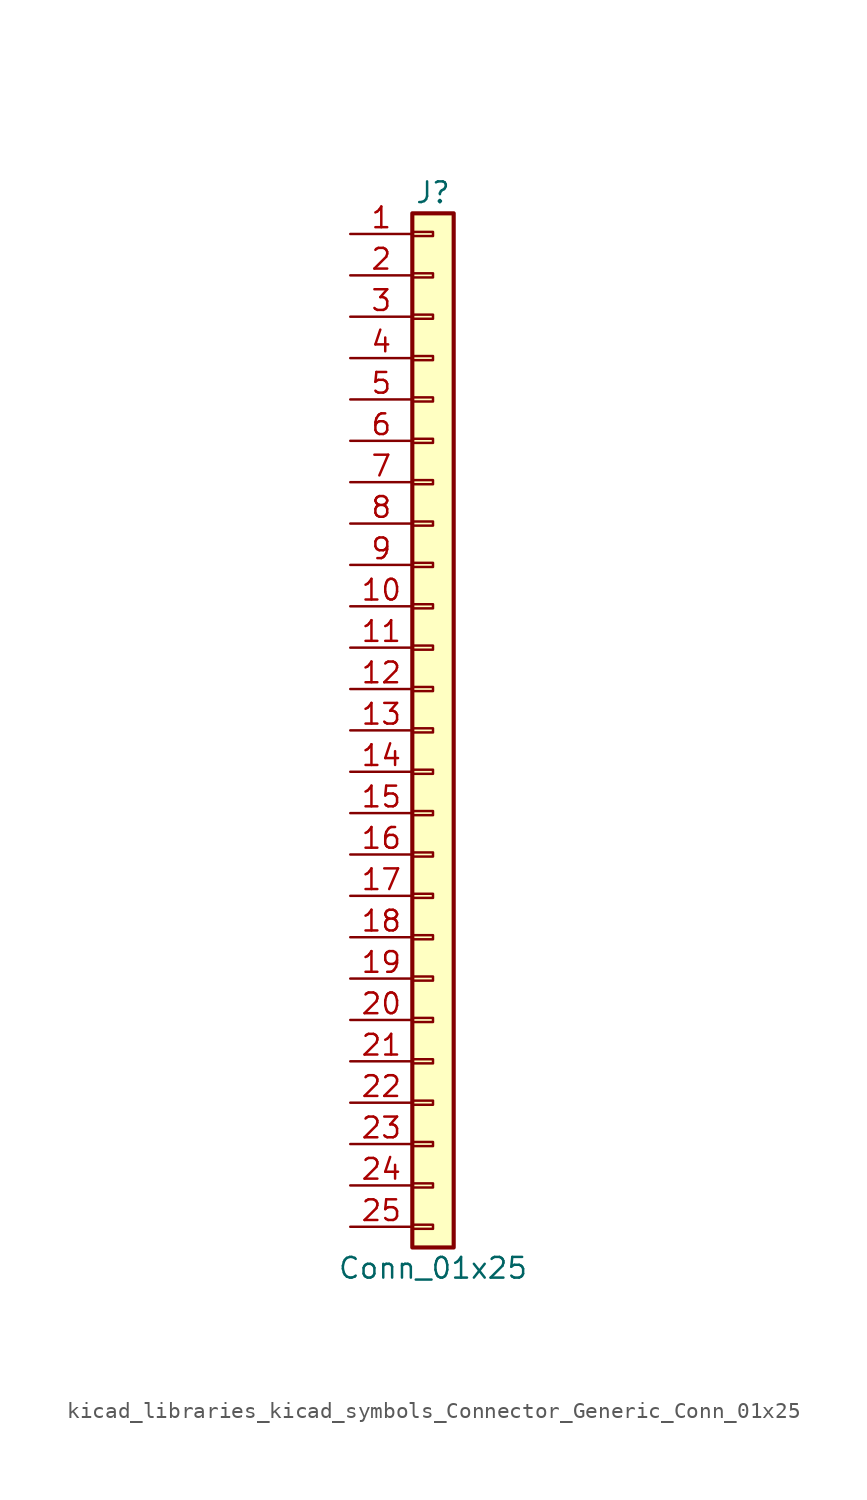
<source format=kicad_sym>
(kicad_symbol_lib
  (version 20220914)
  (generator kicad_symbol_editor)
  (symbol "kicad_libraries_kicad_symbols_Connector_Generic_Conn_01x25"
    (pin_names
      (offset 1.016) hide)
    (property "Reference" "J"
      (at 0 33.02 0)
      (effects (font (size 1.27 1.27))))
    (property "Value" "Conn_01x25"
      (at 0 -33.02 0)
      (effects (font (size 1.27 1.27))))
    (symbol "kicad_libraries_kicad_symbols_Connector_Generic_Conn_01x25_1_1"
      (rectangle (start -1.27 -30.353) (end 0 -30.607) (stroke (width 0.152) (type default)) (fill (type none)))
      (rectangle (start -1.27 -27.813) (end 0 -28.067) (stroke (width 0.152) (type default)) (fill (type none)))
      (rectangle (start -1.27 -25.273) (end 0 -25.527) (stroke (width 0.152) (type default)) (fill (type none)))
      (rectangle (start -1.27 -22.733) (end 0 -22.987) (stroke (width 0.152) (type default)) (fill (type none)))
      (rectangle (start -1.27 -20.193) (end 0 -20.447) (stroke (width 0.152) (type default)) (fill (type none)))
      (rectangle (start -1.27 -17.653) (end 0 -17.907) (stroke (width 0.152) (type default)) (fill (type none)))
      (rectangle (start -1.27 -15.113) (end 0 -15.367) (stroke (width 0.152) (type default)) (fill (type none)))
      (rectangle (start -1.27 -12.573) (end 0 -12.827) (stroke (width 0.152) (type default)) (fill (type none)))
      (rectangle (start -1.27 -10.033) (end 0 -10.287) (stroke (width 0.152) (type default)) (fill (type none)))
      (rectangle (start -1.27 -7.493) (end 0 -7.747) (stroke (width 0.152) (type default)) (fill (type none)))
      (rectangle (start -1.27 -4.953) (end 0 -5.207) (stroke (width 0.152) (type default)) (fill (type none)))
      (rectangle (start -1.27 -2.413) (end 0 -2.667) (stroke (width 0.152) (type default)) (fill (type none)))
      (rectangle (start -1.27 0.127) (end 0 -0.127) (stroke (width 0.152) (type default)) (fill (type none)))
      (rectangle (start -1.27 2.667) (end 0 2.413) (stroke (width 0.152) (type default)) (fill (type none)))
      (rectangle (start -1.27 5.207) (end 0 4.953) (stroke (width 0.152) (type default)) (fill (type none)))
      (rectangle (start -1.27 7.747) (end 0 7.493) (stroke (width 0.152) (type default)) (fill (type none)))
      (rectangle (start -1.27 10.287) (end 0 10.033) (stroke (width 0.152) (type default)) (fill (type none)))
      (rectangle (start -1.27 12.827) (end 0 12.573) (stroke (width 0.152) (type default)) (fill (type none)))
      (rectangle (start -1.27 15.367) (end 0 15.113) (stroke (width 0.152) (type default)) (fill (type none)))
      (rectangle (start -1.27 17.907) (end 0 17.653) (stroke (width 0.152) (type default)) (fill (type none)))
      (rectangle (start -1.27 20.447) (end 0 20.193) (stroke (width 0.152) (type default)) (fill (type none)))
      (rectangle (start -1.27 22.987) (end 0 22.733) (stroke (width 0.152) (type default)) (fill (type none)))
      (rectangle (start -1.27 25.527) (end 0 25.273) (stroke (width 0.152) (type default)) (fill (type none)))
      (rectangle (start -1.27 28.067) (end 0 27.813) (stroke (width 0.152) (type default)) (fill (type none)))
      (rectangle (start -1.27 30.607) (end 0 30.353) (stroke (width 0.152) (type default)) (fill (type none)))
      (rectangle (start -1.27 31.75) (end 1.27 -31.75) (stroke (width 0.254) (type default)) (fill (type background)))
      (pin passive line (at -5.08 30.48 0) (length 3.81) (name "Pin_1" (effects (font (size 1.27 1.27)))) (number "1" (effects (font (size 1.27 1.27)))))
      (pin passive line (at -5.08 7.62 0) (length 3.81) (name "Pin_10" (effects (font (size 1.27 1.27)))) (number "10" (effects (font (size 1.27 1.27)))))
      (pin passive line (at -5.08 5.08 0) (length 3.81) (name "Pin_11" (effects (font (size 1.27 1.27)))) (number "11" (effects (font (size 1.27 1.27)))))
      (pin passive line (at -5.08 2.54 0) (length 3.81) (name "Pin_12" (effects (font (size 1.27 1.27)))) (number "12" (effects (font (size 1.27 1.27)))))
      (pin passive line (at -5.08 0 0) (length 3.81) (name "Pin_13" (effects (font (size 1.27 1.27)))) (number "13" (effects (font (size 1.27 1.27)))))
      (pin passive line (at -5.08 -2.54 0) (length 3.81) (name "Pin_14" (effects (font (size 1.27 1.27)))) (number "14" (effects (font (size 1.27 1.27)))))
      (pin passive line (at -5.08 -5.08 0) (length 3.81) (name "Pin_15" (effects (font (size 1.27 1.27)))) (number "15" (effects (font (size 1.27 1.27)))))
      (pin passive line (at -5.08 -7.62 0) (length 3.81) (name "Pin_16" (effects (font (size 1.27 1.27)))) (number "16" (effects (font (size 1.27 1.27)))))
      (pin passive line (at -5.08 -10.16 0) (length 3.81) (name "Pin_17" (effects (font (size 1.27 1.27)))) (number "17" (effects (font (size 1.27 1.27)))))
      (pin passive line (at -5.08 -12.7 0) (length 3.81) (name "Pin_18" (effects (font (size 1.27 1.27)))) (number "18" (effects (font (size 1.27 1.27)))))
      (pin passive line (at -5.08 -15.24 0) (length 3.81) (name "Pin_19" (effects (font (size 1.27 1.27)))) (number "19" (effects (font (size 1.27 1.27)))))
      (pin passive line (at -5.08 27.94 0) (length 3.81) (name "Pin_2" (effects (font (size 1.27 1.27)))) (number "2" (effects (font (size 1.27 1.27)))))
      (pin passive line (at -5.08 -17.78 0) (length 3.81) (name "Pin_20" (effects (font (size 1.27 1.27)))) (number "20" (effects (font (size 1.27 1.27)))))
      (pin passive line (at -5.08 -20.32 0) (length 3.81) (name "Pin_21" (effects (font (size 1.27 1.27)))) (number "21" (effects (font (size 1.27 1.27)))))
      (pin passive line (at -5.08 -22.86 0) (length 3.81) (name "Pin_22" (effects (font (size 1.27 1.27)))) (number "22" (effects (font (size 1.27 1.27)))))
      (pin passive line (at -5.08 -25.4 0) (length 3.81) (name "Pin_23" (effects (font (size 1.27 1.27)))) (number "23" (effects (font (size 1.27 1.27)))))
      (pin passive line (at -5.08 -27.94 0) (length 3.81) (name "Pin_24" (effects (font (size 1.27 1.27)))) (number "24" (effects (font (size 1.27 1.27)))))
      (pin passive line (at -5.08 -30.48 0) (length 3.81) (name "Pin_25" (effects (font (size 1.27 1.27)))) (number "25" (effects (font (size 1.27 1.27)))))
      (pin passive line (at -5.08 25.4 0) (length 3.81) (name "Pin_3" (effects (font (size 1.27 1.27)))) (number "3" (effects (font (size 1.27 1.27)))))
      (pin passive line (at -5.08 22.86 0) (length 3.81) (name "Pin_4" (effects (font (size 1.27 1.27)))) (number "4" (effects (font (size 1.27 1.27)))))
      (pin passive line (at -5.08 20.32 0) (length 3.81) (name "Pin_5" (effects (font (size 1.27 1.27)))) (number "5" (effects (font (size 1.27 1.27)))))
      (pin passive line (at -5.08 17.78 0) (length 3.81) (name "Pin_6" (effects (font (size 1.27 1.27)))) (number "6" (effects (font (size 1.27 1.27)))))
      (pin passive line (at -5.08 15.24 0) (length 3.81) (name "Pin_7" (effects (font (size 1.27 1.27)))) (number "7" (effects (font (size 1.27 1.27)))))
      (pin passive line (at -5.08 12.7 0) (length 3.81) (name "Pin_8" (effects (font (size 1.27 1.27)))) (number "8" (effects (font (size 1.27 1.27)))))
      (pin passive line (at -5.08 10.16 0) (length 3.81) (name "Pin_9" (effects (font (size 1.27 1.27)))) (number "9" (effects (font (size 1.27 1.27))))))))
</source>
